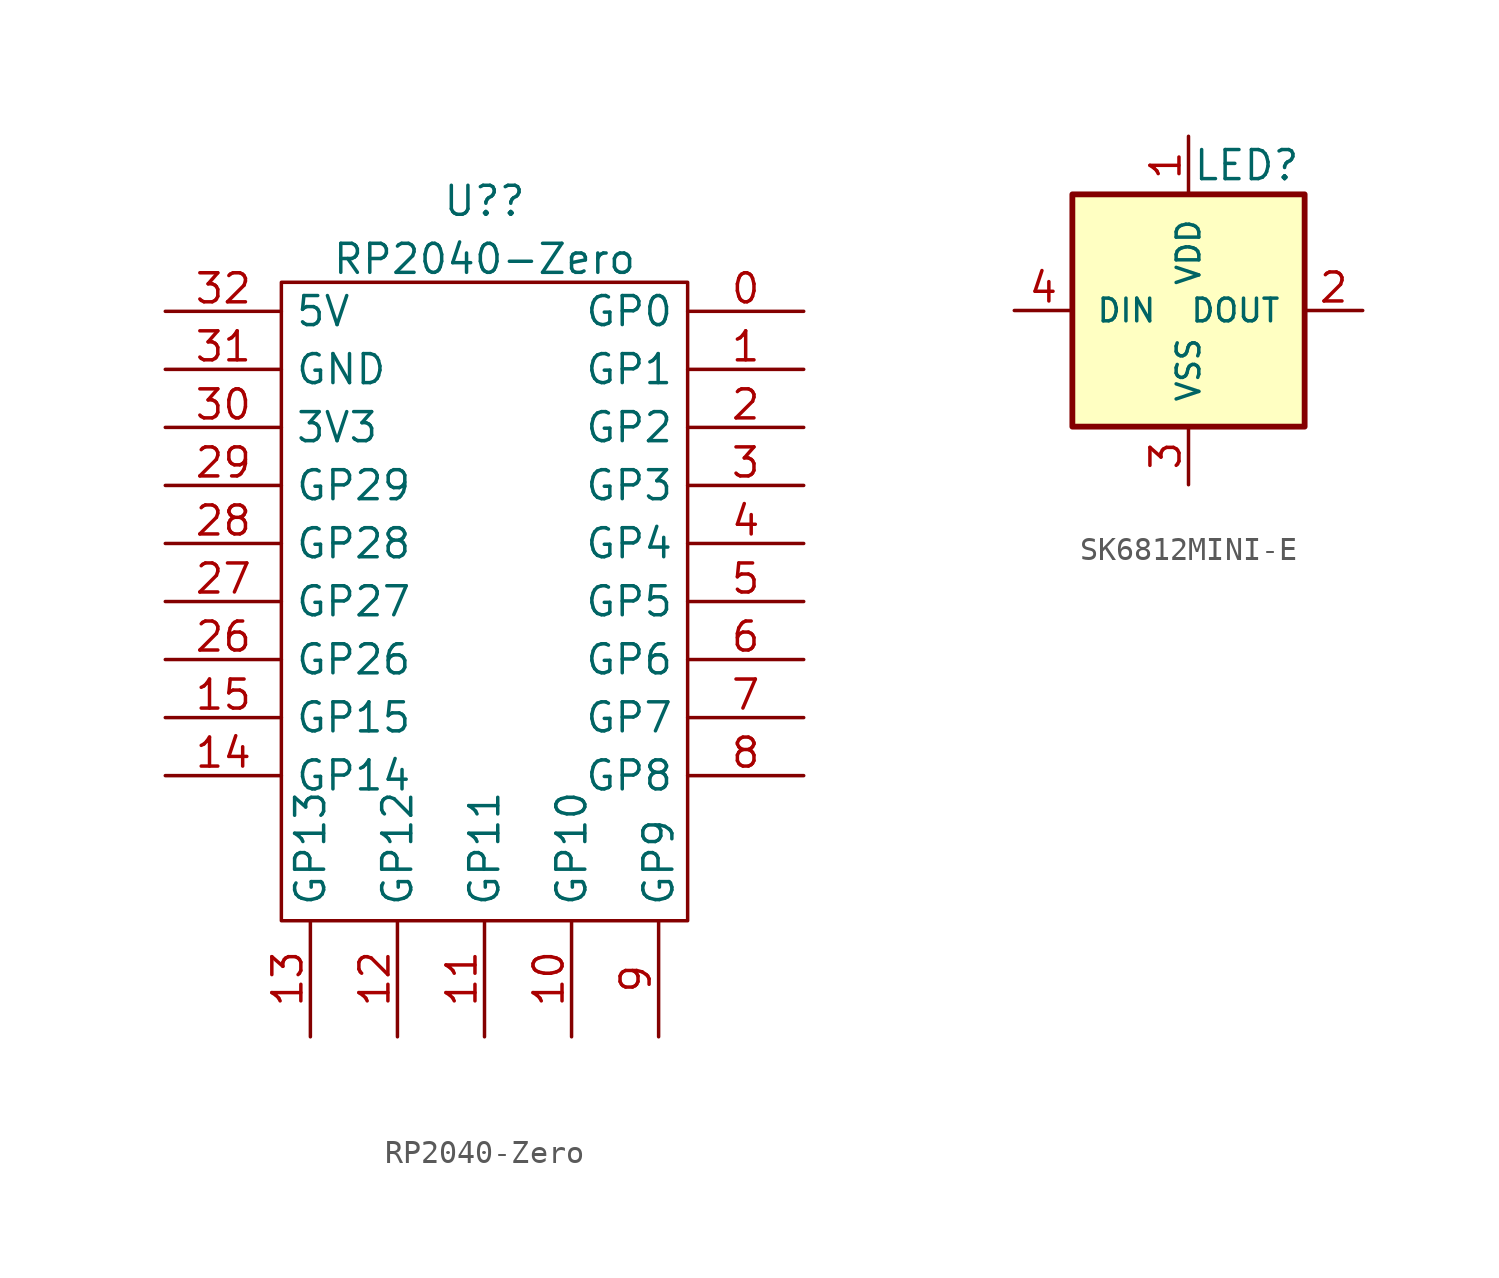
<source format=kicad_sym>
(kicad_symbol_lib
  (version 20211014)
  (generator kicad_symbol_editor)
  (symbol "RP2040-Zero"
    (pin_names
      (offset 0.584))
    (property "Reference" "U?"
      (at 0 -1.524 0)
      (effects (font (size 1.27 1.27))))
    (property "Value" "RP2040-Zero"
      (at 0 -4.064 0)
      (effects (font (size 1.27 1.27))))
    (symbol "RP2040-Zero_0_1"
      (rectangle (start -8.89 -5.08) (end 8.89 -33.02) (stroke (width 0) (type default) (color 0 0 0 0)) (fill (type none))))
    (symbol "RP2040-Zero_1_1"
      (pin tri_state line (at 13.97 -6.35 180) (length 5.08) (name "GP0" (effects (font (size 1.27 1.27)))) (number "0" (effects (font (size 1.27 1.27)))))
      (pin tri_state line (at 13.97 -8.89 180) (length 5.08) (name "GP1" (effects (font (size 1.27 1.27)))) (number "1" (effects (font (size 1.27 1.27)))))
      (pin tri_state line (at 3.81 -38.1 90) (length 5.08) (name "GP10" (effects (font (size 1.27 1.27)))) (number "10" (effects (font (size 1.27 1.27)))))
      (pin tri_state line (at 0 -38.1 90) (length 5.08) (name "GP11" (effects (font (size 1.27 1.27)))) (number "11" (effects (font (size 1.27 1.27)))))
      (pin tri_state line (at -3.81 -38.1 90) (length 5.08) (name "GP12" (effects (font (size 1.27 1.27)))) (number "12" (effects (font (size 1.27 1.27)))))
      (pin tri_state line (at -7.62 -38.1 90) (length 5.08) (name "GP13" (effects (font (size 1.27 1.27)))) (number "13" (effects (font (size 1.27 1.27)))))
      (pin tri_state line (at -13.97 -26.67 0) (length 5.08) (name "GP14" (effects (font (size 1.27 1.27)))) (number "14" (effects (font (size 1.27 1.27)))))
      (pin tri_state line (at -13.97 -24.13 0) (length 5.08) (name "GP15" (effects (font (size 1.27 1.27)))) (number "15" (effects (font (size 1.27 1.27)))))
      (pin tri_state line (at 13.97 -11.43 180) (length 5.08) (name "GP2" (effects (font (size 1.27 1.27)))) (number "2" (effects (font (size 1.27 1.27)))))
      (pin tri_state line (at -13.97 -21.59 0) (length 5.08) (name "GP26" (effects (font (size 1.27 1.27)))) (number "26" (effects (font (size 1.27 1.27)))))
      (pin tri_state line (at -13.97 -19.05 0) (length 5.08) (name "GP27" (effects (font (size 1.27 1.27)))) (number "27" (effects (font (size 1.27 1.27)))))
      (pin tri_state line (at -13.97 -16.51 0) (length 5.08) (name "GP28" (effects (font (size 1.27 1.27)))) (number "28" (effects (font (size 1.27 1.27)))))
      (pin tri_state line (at -13.97 -13.97 0) (length 5.08) (name "GP29" (effects (font (size 1.27 1.27)))) (number "29" (effects (font (size 1.27 1.27)))))
      (pin tri_state line (at 13.97 -13.97 180) (length 5.08) (name "GP3" (effects (font (size 1.27 1.27)))) (number "3" (effects (font (size 1.27 1.27)))))
      (pin power_out line (at -13.97 -11.43 0) (length 5.08) (name "3V3" (effects (font (size 1.27 1.27)))) (number "30" (effects (font (size 1.27 1.27)))))
      (pin input line (at -13.97 -8.89 0) (length 5.08) (name "GND" (effects (font (size 1.27 1.27)))) (number "31" (effects (font (size 1.27 1.27)))))
      (pin power_out line (at -13.97 -6.35 0) (length 5.08) (name "5V" (effects (font (size 1.27 1.27)))) (number "32" (effects (font (size 1.27 1.27)))))
      (pin tri_state line (at 13.97 -16.51 180) (length 5.08) (name "GP4" (effects (font (size 1.27 1.27)))) (number "4" (effects (font (size 1.27 1.27)))))
      (pin tri_state line (at 13.97 -19.05 180) (length 5.08) (name "GP5" (effects (font (size 1.27 1.27)))) (number "5" (effects (font (size 1.27 1.27)))))
      (pin tri_state line (at 13.97 -21.59 180) (length 5.08) (name "GP6" (effects (font (size 1.27 1.27)))) (number "6" (effects (font (size 1.27 1.27)))))
      (pin tri_state line (at 13.97 -24.13 180) (length 5.08) (name "GP7" (effects (font (size 1.27 1.27)))) (number "7" (effects (font (size 1.27 1.27)))))
      (pin tri_state line (at 13.97 -26.67 180) (length 5.08) (name "GP8" (effects (font (size 1.27 1.27)))) (number "8" (effects (font (size 1.27 1.27)))))
      (pin tri_state line (at 7.62 -38.1 90) (length 5.08) (name "GP9" (effects (font (size 1.27 1.27)))) (number "9" (effects (font (size 1.27 1.27)))))))
  (symbol "SK6812MINI-E"
    (pin_names
      (offset 1.016))
    (property "Reference" "LED"
      (at 2.54 6.35 0)
      (effects (font (size 1.27 1.27))))
    (symbol "SK6812MINI-E_0_1"
      (rectangle (start -5.08 5.08) (end 5.08 -5.08) (stroke (width 0.254) (type default) (color 0 0 0 0)) (fill (type background))))
    (symbol "SK6812MINI-E_1_1"
      (pin power_in line (at 0 7.62 270) (length 2.54) (name "VDD" (effects (font (size 0.991 0.991)))) (number "1" (effects (font (size 1.27 1.27)))))
      (pin output line (at 7.62 0 180) (length 2.54) (name "DOUT" (effects (font (size 0.991 0.991)))) (number "2" (effects (font (size 1.27 1.27)))))
      (pin power_in line (at 0 -7.62 90) (length 2.54) (name "VSS" (effects (font (size 0.991 0.991)))) (number "3" (effects (font (size 1.27 1.27)))))
      (pin input line (at -7.62 0 0) (length 2.54) (name "DIN" (effects (font (size 0.991 0.991)))) (number "4" (effects (font (size 1.27 1.27))))))))
</source>
